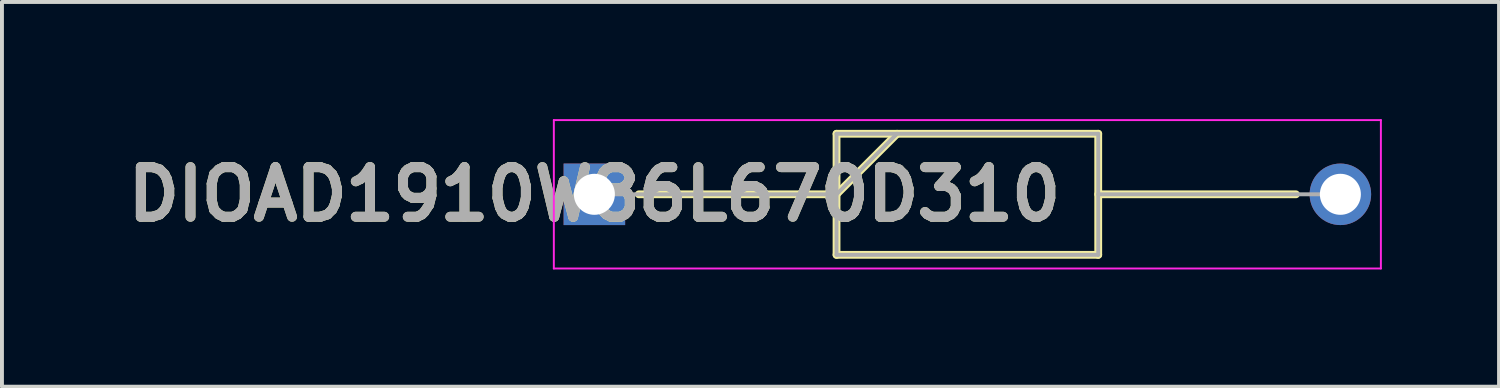
<source format=kicad_pcb>
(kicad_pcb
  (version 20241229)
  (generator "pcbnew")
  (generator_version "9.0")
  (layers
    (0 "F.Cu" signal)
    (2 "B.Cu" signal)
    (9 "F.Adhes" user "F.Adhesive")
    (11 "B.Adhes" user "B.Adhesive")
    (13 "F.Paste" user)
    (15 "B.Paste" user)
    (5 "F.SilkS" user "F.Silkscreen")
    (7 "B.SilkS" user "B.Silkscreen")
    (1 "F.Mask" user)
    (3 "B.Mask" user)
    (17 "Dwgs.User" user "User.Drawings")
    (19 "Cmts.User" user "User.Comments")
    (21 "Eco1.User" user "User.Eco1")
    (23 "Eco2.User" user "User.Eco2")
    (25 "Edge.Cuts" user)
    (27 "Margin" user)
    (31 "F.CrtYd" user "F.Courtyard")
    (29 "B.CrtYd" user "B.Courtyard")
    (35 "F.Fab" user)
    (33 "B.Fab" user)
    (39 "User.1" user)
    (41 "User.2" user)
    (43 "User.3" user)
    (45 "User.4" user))
  (footprint "DIOAD1910W86L670D310"
    (layer "F.Cu")
    (at 12.168 1.925)
    (property "Reference" "DIOAD1910W86L670D310" (at 0 0 0) (layer "F.SilkS") (effects (font (size 1.27 1.27) (thickness 0.254))))
    (attr through_hole)
    (fp_line (start 1.138 0) (end 6.2 0) (stroke (width 0.2) (type solid)) (layer "F.SilkS"))
    (fp_line (start 6.2 -1.55) (end 12.9 -1.55) (stroke (width 0.2) (type solid)) (layer "F.SilkS"))
    (fp_line (start 6.2 0) (end 7.75 -1.55) (stroke (width 0.2) (type solid)) (layer "F.SilkS"))
    (fp_line (start 6.2 1.55) (end 6.2 -1.55) (stroke (width 0.2) (type solid)) (layer "F.SilkS"))
    (fp_line (start 12.9 -1.55) (end 12.9 1.55) (stroke (width 0.2) (type solid)) (layer "F.SilkS"))
    (fp_line (start 12.9 0) (end 17.962 0) (stroke (width 0.2) (type solid)) (layer "F.SilkS"))
    (fp_line (start 12.9 1.55) (end 6.2 1.55) (stroke (width 0.2) (type solid)) (layer "F.SilkS"))
    (fp_line (start -1.038 -1.9) (end 20.137 -1.9) (stroke (width 0.05) (type solid)) (layer "F.CrtYd"))
    (fp_line (start -1.038 1.9) (end -1.038 -1.9) (stroke (width 0.05) (type solid)) (layer "F.CrtYd"))
    (fp_line (start 20.137 -1.9) (end 20.137 1.9) (stroke (width 0.05) (type solid)) (layer "F.CrtYd"))
    (fp_line (start 20.137 1.9) (end -1.038 1.9) (stroke (width 0.05) (type solid)) (layer "F.CrtYd"))
    (fp_line (start 0 0) (end 6.2 0) (stroke (width 0.1) (type solid)) (layer "F.Fab"))
    (fp_line (start 6.2 -1.55) (end 12.9 -1.55) (stroke (width 0.1) (type solid)) (layer "F.Fab"))
    (fp_line (start 6.2 0) (end 7.75 -1.55) (stroke (width 0.1) (type solid)) (layer "F.Fab"))
    (fp_line (start 6.2 1.55) (end 6.2 -1.55) (stroke (width 0.1) (type solid)) (layer "F.Fab"))
    (fp_line (start 12.9 -1.55) (end 12.9 1.55) (stroke (width 0.1) (type solid)) (layer "F.Fab"))
    (fp_line (start 12.9 0) (end 19.1 0) (stroke (width 0.1) (type solid)) (layer "F.Fab"))
    (fp_line (start 12.9 1.55) (end 6.2 1.55) (stroke (width 0.1) (type solid)) (layer "F.Fab"))
    (fp_text user "${REFERENCE}" (at 0 0 0) (layer "F.Fab") (effects (font (size 1.27 1.27) (thickness 0.254))))
    (pad "1" thru_hole rect (at 0 0) (size 1.575 1.575) (drill 1.05) (layers "*.Cu" "*.Mask"))
    (pad "2" thru_hole circle (at 19.1 0) (size 1.575 1.575) (drill 1.05) (layers "*.Cu" "*.Mask")))
  (gr_rect
    (start -3 -3)
    (end 35.33 6.85)
    (stroke (width 0.1) (type default))
    (fill no)
    (layer "Edge.Cuts")))
</source>
